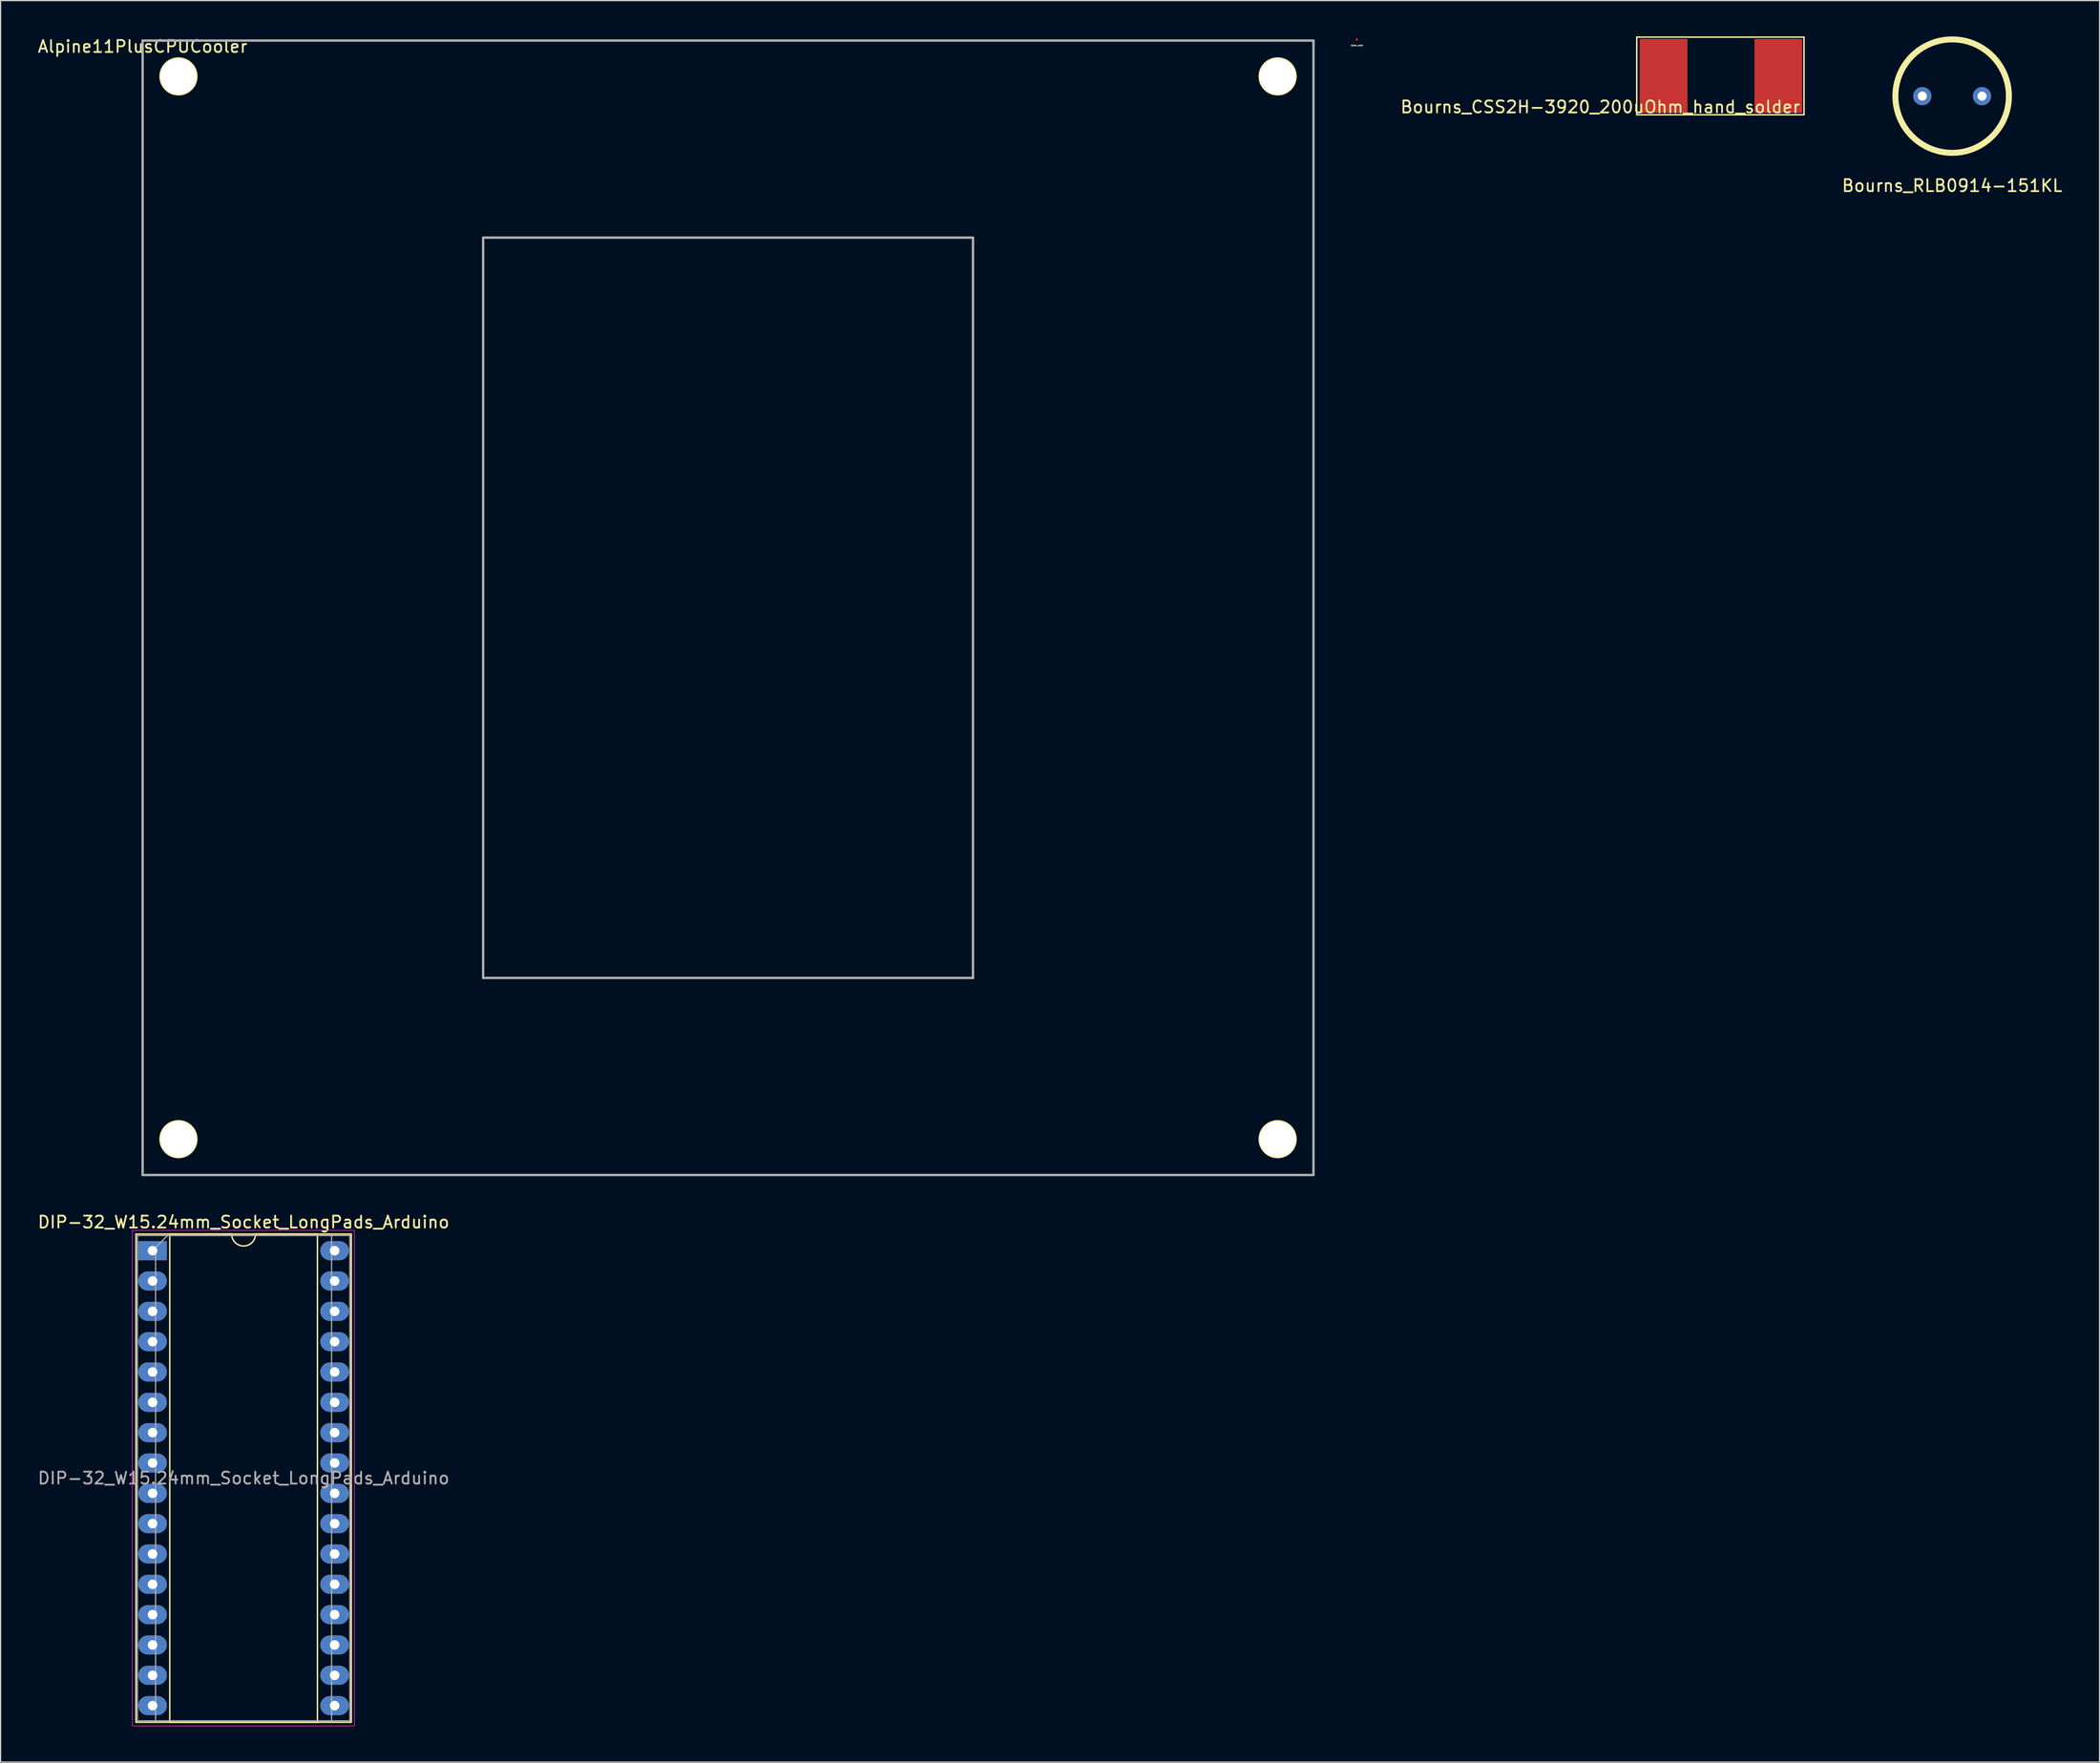
<source format=kicad_pcb>
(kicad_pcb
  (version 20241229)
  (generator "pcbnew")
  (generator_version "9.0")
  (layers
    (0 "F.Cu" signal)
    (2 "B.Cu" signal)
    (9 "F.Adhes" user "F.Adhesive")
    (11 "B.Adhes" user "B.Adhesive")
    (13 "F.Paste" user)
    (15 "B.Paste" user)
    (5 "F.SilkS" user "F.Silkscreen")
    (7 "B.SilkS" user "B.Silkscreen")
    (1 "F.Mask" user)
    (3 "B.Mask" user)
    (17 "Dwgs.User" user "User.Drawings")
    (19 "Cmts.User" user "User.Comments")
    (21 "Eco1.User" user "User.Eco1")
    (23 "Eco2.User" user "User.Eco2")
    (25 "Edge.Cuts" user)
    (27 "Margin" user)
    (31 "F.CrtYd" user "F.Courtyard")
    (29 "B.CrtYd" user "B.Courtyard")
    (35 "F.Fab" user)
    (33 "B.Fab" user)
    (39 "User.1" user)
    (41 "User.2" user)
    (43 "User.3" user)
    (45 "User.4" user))
  (footprint "blank_smd"
    (layer "F.Cu")
    (at 110.521 0.25)
    (property "Reference" "blank_smd" (at 0 0.5 0) (layer "F.SilkS") (effects (font (size 0.127 0.127) (thickness 0.032))))
    (attr through_hole)
    (pad "" smd circle (at 0 0) (size 0.2 0.2) (layers "F.Cu")))
  (footprint "DIP-32_W15.24mm_Socket_LongPads_Arduino"
    (layer "F.Cu")
    (at 9.719 101.686)
    (property "Reference" "DIP-32_W15.24mm_Socket_LongPads_Arduino" (at 7.62 -2.39 0) (layer "F.SilkS") (effects (font (size 1 1) (thickness 0.15))))
    (attr through_hole)
    (fp_line (start -1.39 -1.39) (end -1.39 39.49) (stroke (width 0.12) (type solid)) (layer "F.SilkS"))
    (fp_line (start -1.39 39.49) (end 16.63 39.49) (stroke (width 0.12) (type solid)) (layer "F.SilkS"))
    (fp_line (start 1.44 -1.39) (end 1.44 39.49) (stroke (width 0.12) (type solid)) (layer "F.SilkS"))
    (fp_line (start 1.44 39.49) (end 13.8 39.49) (stroke (width 0.12) (type solid)) (layer "F.SilkS"))
    (fp_line (start 6.62 -1.39) (end 1.44 -1.39) (stroke (width 0.12) (type solid)) (layer "F.SilkS"))
    (fp_line (start 13.8 -1.39) (end 8.62 -1.39) (stroke (width 0.12) (type solid)) (layer "F.SilkS"))
    (fp_line (start 13.8 39.49) (end 13.8 -1.39) (stroke (width 0.12) (type solid)) (layer "F.SilkS"))
    (fp_line (start 16.63 -1.39) (end -1.39 -1.39) (stroke (width 0.12) (type solid)) (layer "F.SilkS"))
    (fp_line (start 16.63 39.49) (end 16.63 -1.39) (stroke (width 0.12) (type solid)) (layer "F.SilkS"))
    (fp_arc (start 8.62 -1.39) (mid 7.62 -0.39) (end 6.62 -1.39) (stroke (width 0.12) (type solid)) (layer "F.SilkS"))
    (fp_line (start -1.7 -1.7) (end -1.7 39.8) (stroke (width 0.05) (type solid)) (layer "F.CrtYd"))
    (fp_line (start -1.7 39.8) (end 16.9 39.8) (stroke (width 0.05) (type solid)) (layer "F.CrtYd"))
    (fp_line (start 16.9 -1.7) (end -1.7 -1.7) (stroke (width 0.05) (type solid)) (layer "F.CrtYd"))
    (fp_line (start 16.9 39.8) (end 16.9 -1.7) (stroke (width 0.05) (type solid)) (layer "F.CrtYd"))
    (fp_line (start -1.27 -1.27) (end -1.27 39.37) (stroke (width 0.1) (type solid)) (layer "F.Fab"))
    (fp_line (start -1.27 39.37) (end 16.51 39.37) (stroke (width 0.1) (type solid)) (layer "F.Fab"))
    (fp_line (start 0.255 -0.27) (end 1.255 -1.27) (stroke (width 0.1) (type solid)) (layer "F.Fab"))
    (fp_line (start 0.255 39.37) (end 0.255 -0.27) (stroke (width 0.1) (type solid)) (layer "F.Fab"))
    (fp_line (start 1.255 -1.27) (end 14.985 -1.27) (stroke (width 0.1) (type solid)) (layer "F.Fab"))
    (fp_line (start 14.985 -1.27) (end 14.985 39.37) (stroke (width 0.1) (type solid)) (layer "F.Fab"))
    (fp_line (start 14.985 39.37) (end 0.255 39.37) (stroke (width 0.1) (type solid)) (layer "F.Fab"))
    (fp_line (start 16.51 -1.27) (end -1.27 -1.27) (stroke (width 0.1) (type solid)) (layer "F.Fab"))
    (fp_line (start 16.51 39.37) (end 16.51 -1.27) (stroke (width 0.1) (type solid)) (layer "F.Fab"))
    (fp_text user "${REFERENCE}" (at 7.62 19.05 0) (layer "F.Fab") (effects (font (size 1 1) (thickness 0.15))))
    (pad "" thru_hole oval (at 0 38.1) (size 2.4 1.6) (drill 0.8) (layers "*.Cu" "*.Mask"))
    (pad "" thru_hole oval (at 15.24 38.1) (size 2.4 1.6) (drill 0.8) (layers "*.Cu" "*.Mask"))
    (pad "1" thru_hole rect (at 0 0) (size 2.4 1.6) (drill 0.8) (layers "*.Cu" "*.Mask"))
    (pad "2" thru_hole oval (at 0 2.54) (size 2.4 1.6) (drill 0.8) (layers "*.Cu" "*.Mask"))
    (pad "3" thru_hole oval (at 0 5.08) (size 2.4 1.6) (drill 0.8) (layers "*.Cu" "*.Mask"))
    (pad "4" thru_hole oval (at 0 7.62) (size 2.4 1.6) (drill 0.8) (layers "*.Cu" "*.Mask"))
    (pad "5" thru_hole oval (at 0 10.16) (size 2.4 1.6) (drill 0.8) (layers "*.Cu" "*.Mask"))
    (pad "6" thru_hole oval (at 0 12.7) (size 2.4 1.6) (drill 0.8) (layers "*.Cu" "*.Mask"))
    (pad "7" thru_hole oval (at 0 15.24) (size 2.4 1.6) (drill 0.8) (layers "*.Cu" "*.Mask"))
    (pad "8" thru_hole oval (at 0 17.78) (size 2.4 1.6) (drill 0.8) (layers "*.Cu" "*.Mask"))
    (pad "9" thru_hole oval (at 0 20.32) (size 2.4 1.6) (drill 0.8) (layers "*.Cu" "*.Mask"))
    (pad "10" thru_hole oval (at 0 22.86) (size 2.4 1.6) (drill 0.8) (layers "*.Cu" "*.Mask"))
    (pad "11" thru_hole oval (at 0 25.4) (size 2.4 1.6) (drill 0.8) (layers "*.Cu" "*.Mask"))
    (pad "12" thru_hole oval (at 0 27.94) (size 2.4 1.6) (drill 0.8) (layers "*.Cu" "*.Mask"))
    (pad "13" thru_hole oval (at 0 30.48) (size 2.4 1.6) (drill 0.8) (layers "*.Cu" "*.Mask"))
    (pad "14" thru_hole oval (at 0 33.02) (size 2.4 1.6) (drill 0.8) (layers "*.Cu" "*.Mask"))
    (pad "15" thru_hole oval (at 0 35.56) (size 2.4 1.6) (drill 0.8) (layers "*.Cu" "*.Mask"))
    (pad "16" thru_hole oval (at 15.24 35.56) (size 2.4 1.6) (drill 0.8) (layers "*.Cu" "*.Mask"))
    (pad "17" thru_hole oval (at 15.24 33.02) (size 2.4 1.6) (drill 0.8) (layers "*.Cu" "*.Mask"))
    (pad "18" thru_hole oval (at 15.24 30.48) (size 2.4 1.6) (drill 0.8) (layers "*.Cu" "*.Mask"))
    (pad "19" thru_hole oval (at 15.24 27.94) (size 2.4 1.6) (drill 0.8) (layers "*.Cu" "*.Mask"))
    (pad "20" thru_hole oval (at 15.24 25.4) (size 2.4 1.6) (drill 0.8) (layers "*.Cu" "*.Mask"))
    (pad "21" thru_hole oval (at 15.24 22.86) (size 2.4 1.6) (drill 0.8) (layers "*.Cu" "*.Mask"))
    (pad "22" thru_hole oval (at 15.24 20.32) (size 2.4 1.6) (drill 0.8) (layers "*.Cu" "*.Mask"))
    (pad "23" thru_hole oval (at 15.24 17.78) (size 2.4 1.6) (drill 0.8) (layers "*.Cu" "*.Mask"))
    (pad "24" thru_hole oval (at 15.24 15.24) (size 2.4 1.6) (drill 0.8) (layers "*.Cu" "*.Mask"))
    (pad "25" thru_hole oval (at 15.24 12.7) (size 2.4 1.6) (drill 0.8) (layers "*.Cu" "*.Mask"))
    (pad "26" thru_hole oval (at 15.24 10.16) (size 2.4 1.6) (drill 0.8) (layers "*.Cu" "*.Mask"))
    (pad "27" thru_hole oval (at 15.24 7.62) (size 2.4 1.6) (drill 0.8) (layers "*.Cu" "*.Mask"))
    (pad "28" thru_hole oval (at 15.24 5.08) (size 2.4 1.6) (drill 0.8) (layers "*.Cu" "*.Mask"))
    (pad "29" thru_hole oval (at 15.24 2.54) (size 2.4 1.6) (drill 0.8) (layers "*.Cu" "*.Mask"))
    (pad "30" thru_hole oval (at 15.24 0) (size 2.4 1.6) (drill 0.8) (layers "*.Cu" "*.Mask")))
  (footprint "Bourns_RLB0914-151KL"
    (layer "F.Cu")
    (at 160.343 5)
    (property "Reference" "Bourns_RLB0914-151KL" (at 0 7.5 0) (layer "F.SilkS") (effects (font (size 1 1) (thickness 0.15))))
    (attr through_hole)
    (fp_circle (center 0 0) (end 4.75 0) (stroke (width 0.5) (type solid)) (fill no) (layer "F.SilkS"))
    (pad "1" thru_hole circle (at -2.5 0) (size 1.524 1.524) (drill 0.762) (layers "*.Cu" "*.Mask"))
    (pad "2" thru_hole circle (at 2.5 0) (size 1.524 1.524) (drill 0.762) (layers "*.Cu" "*.Mask")))
  (footprint "Bourns_CSS2H-3920_200uOhm_hand_solder"
    (layer "F.Cu")
    (at 136.194 3.31)
    (property "Reference" "Bourns_CSS2H-3920_200uOhm_hand_solder" (at -5.3 2.6 0) (layer "F.SilkS") (effects (font (size 1 1) (thickness 0.15))))
    (attr through_hole)
    (fp_line (start -2.25 -3.25) (end 11.75 -3.25) (stroke (width 0.12) (type solid)) (layer "F.SilkS"))
    (fp_line (start -2.25 3.25) (end -2.25 -3.25) (stroke (width 0.12) (type solid)) (layer "F.SilkS"))
    (fp_line (start -2.25 3.25) (end 11.75 3.25) (stroke (width 0.12) (type solid)) (layer "F.SilkS"))
    (fp_line (start 11.75 -3.25) (end 11.75 3.25) (stroke (width 0.12) (type solid)) (layer "F.SilkS"))
    (pad "1" smd rect (at 0 0) (size 4 6.2) (layers "F.Cu" "F.Mask"))
    (pad "2" smd rect (at 9.6 0) (size 4 6.2) (layers "F.Cu" "F.Mask")))
  (footprint "Alpine11PlusCPUCooler"
    (layer "F.Cu")
    (at 8.887 0.348)
    (property "Reference" "Alpine11PlusCPUCooler" (at 0 0.5 0) (layer "F.SilkS") (effects (font (size 1 1) (thickness 0.15))))
    (attr through_hole)
    (fp_circle (center 3 3) (end 4.5 3) (stroke (width 0.2) (type solid)) (fill no) (layer "F.SilkS"))
    (fp_circle (center 3 92) (end 4.5 92) (stroke (width 0.2) (type solid)) (fill no) (layer "F.SilkS"))
    (fp_circle (center 95 3) (end 96.5 3) (stroke (width 0.2) (type solid)) (fill no) (layer "F.SilkS"))
    (fp_circle (center 95 92) (end 96.5 92) (stroke (width 0.2) (type solid)) (fill no) (layer "F.SilkS"))
    (fp_line (start 0 0) (end 0 95) (stroke (width 0.2) (type solid)) (layer "F.Fab"))
    (fp_line (start 28.5 16.5) (end 69.5 16.5) (stroke (width 0.2) (type solid)) (layer "F.Fab"))
    (fp_line (start 28.5 78.5) (end 28.5 16.5) (stroke (width 0.2) (type solid)) (layer "F.Fab"))
    (fp_line (start 69.5 16.5) (end 69.5 78.5) (stroke (width 0.2) (type solid)) (layer "F.Fab"))
    (fp_line (start 69.5 78.5) (end 28.5 78.5) (stroke (width 0.2) (type solid)) (layer "F.Fab"))
    (fp_line (start 98 0) (end 0 0) (stroke (width 0.2) (type solid)) (layer "F.Fab"))
    (fp_line (start 98 95) (end 0 95) (stroke (width 0.2) (type solid)) (layer "F.Fab"))
    (fp_line (start 98 95) (end 98 0) (stroke (width 0.2) (type solid)) (layer "F.Fab"))
    (pad "" thru_hole circle (at 3 3) (size 3 3) (drill 3) (layers "*.Cu" "*.Mask"))
    (pad "" thru_hole circle (at 3 92) (size 3 3) (drill 3) (layers "*.Cu" "*.Mask"))
    (pad "" thru_hole circle (at 95 3) (size 3 3) (drill 3) (layers "*.Cu" "*.Mask"))
    (pad "" thru_hole circle (at 95 92) (size 3 3) (drill 3) (layers "*.Cu" "*.Mask")))
  (gr_rect
    (start -3 -3)
    (end 172.682 144.512)
    (stroke (width 0.1) (type default))
    (fill no)
    (layer "Edge.Cuts")))
</source>
